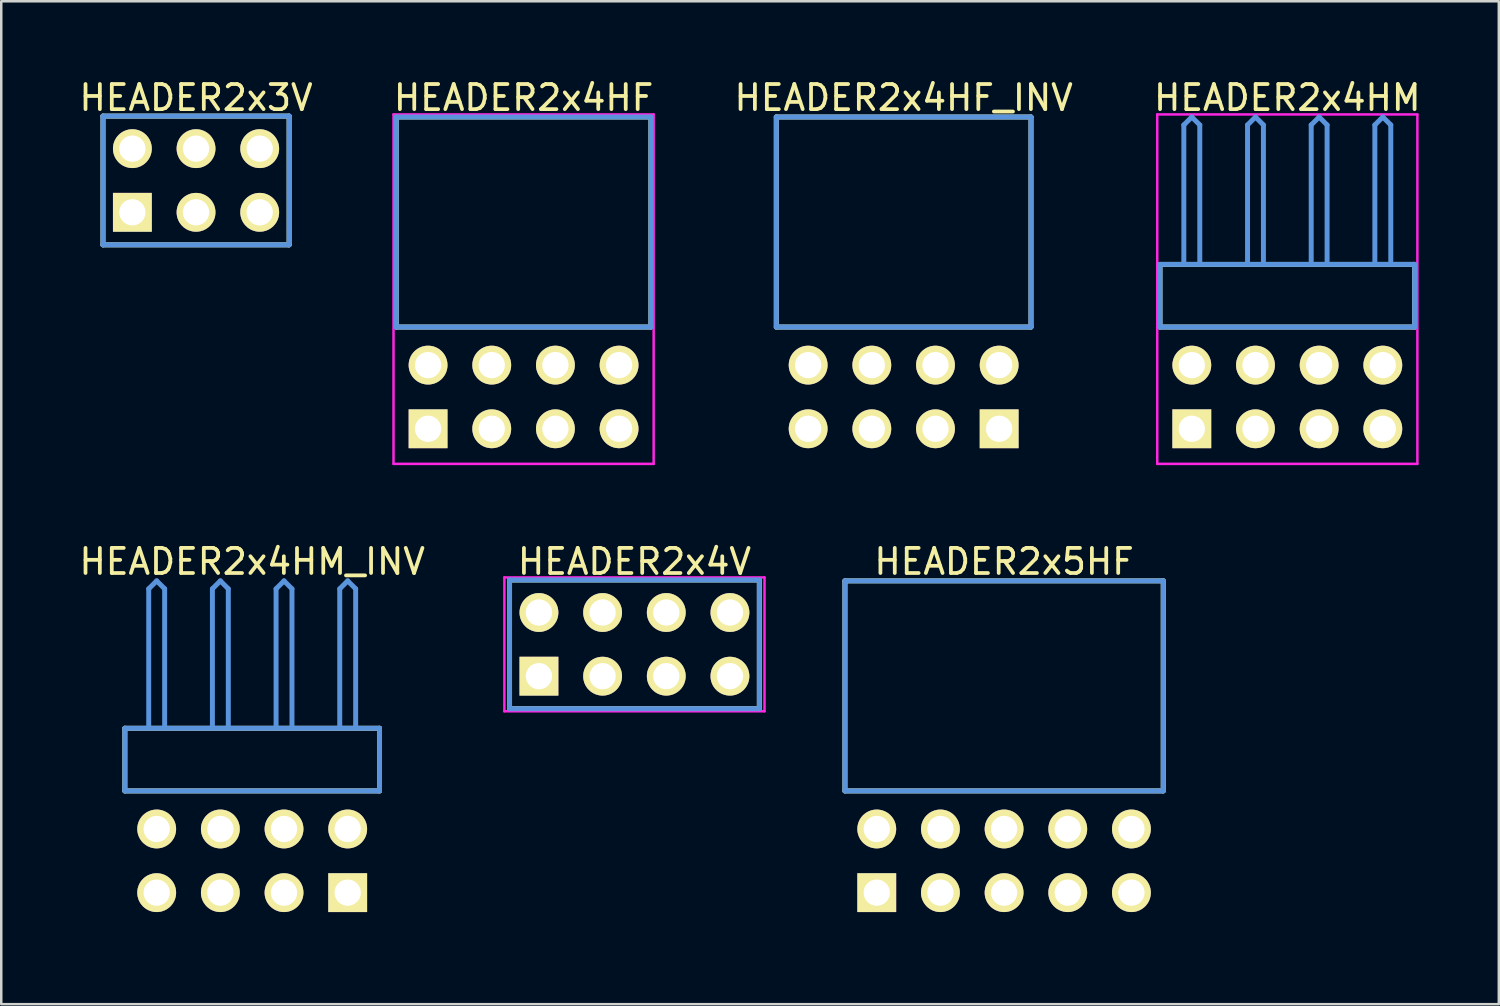
<source format=kicad_pcb>
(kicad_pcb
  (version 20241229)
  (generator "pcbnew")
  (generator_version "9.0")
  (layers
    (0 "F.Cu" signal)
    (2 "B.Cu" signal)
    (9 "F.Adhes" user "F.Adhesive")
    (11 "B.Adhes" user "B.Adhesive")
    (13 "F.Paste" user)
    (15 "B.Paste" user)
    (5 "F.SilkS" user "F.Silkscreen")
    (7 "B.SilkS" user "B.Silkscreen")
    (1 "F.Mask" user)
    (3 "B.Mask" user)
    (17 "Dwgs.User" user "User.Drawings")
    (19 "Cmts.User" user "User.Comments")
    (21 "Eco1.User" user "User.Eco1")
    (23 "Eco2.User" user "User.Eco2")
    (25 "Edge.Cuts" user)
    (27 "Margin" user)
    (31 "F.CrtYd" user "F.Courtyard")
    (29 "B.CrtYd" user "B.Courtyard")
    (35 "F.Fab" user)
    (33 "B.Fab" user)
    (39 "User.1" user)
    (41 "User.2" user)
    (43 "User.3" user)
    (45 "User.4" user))
  (footprint "HEADER2x4HM_INV"
    (layer "F.Cu")
    (at 3.201 32.562)
    (property "Reference" "HEADER2x4HM_INV" (at 3.81 -13.208 0) (layer "F.SilkS") (effects (font (size 1.001 1.001) (thickness 0.15))))
    (attr through_hole)
    (fp_line (start -1.27 -6.558) (end -1.27 -4.059) (stroke (width 0.198) (type solid)) (layer "F.SilkS"))
    (fp_line (start -1.27 -4.059) (end 8.89 -4.059) (stroke (width 0.198) (type solid)) (layer "F.SilkS"))
    (fp_line (start 8.89 -6.558) (end -1.27 -6.558) (stroke (width 0.198) (type solid)) (layer "F.SilkS"))
    (fp_line (start 8.89 -4.059) (end 8.89 -6.558) (stroke (width 0.198) (type solid)) (layer "F.SilkS"))
    (fp_line (start -1.27 -6.558) (end -1.27 -4.059) (stroke (width 0.198) (type solid)) (layer "Cmts.User"))
    (fp_line (start -1.27 -4.059) (end 8.89 -4.059) (stroke (width 0.198) (type solid)) (layer "Cmts.User"))
    (fp_line (start -0.318 -12.121) (end 0 -12.438) (stroke (width 0.198) (type solid)) (layer "Cmts.User"))
    (fp_line (start -0.318 -6.599) (end -0.318 -12.121) (stroke (width 0.198) (type solid)) (layer "Cmts.User"))
    (fp_line (start 0.318 -12.121) (end 0 -12.438) (stroke (width 0.198) (type solid)) (layer "Cmts.User"))
    (fp_line (start 0.318 -6.599) (end 0.318 -12.121) (stroke (width 0.198) (type solid)) (layer "Cmts.User"))
    (fp_line (start 2.223 -12.121) (end 2.54 -12.438) (stroke (width 0.198) (type solid)) (layer "Cmts.User"))
    (fp_line (start 2.223 -6.599) (end 2.223 -12.121) (stroke (width 0.198) (type solid)) (layer "Cmts.User"))
    (fp_line (start 2.857 -12.121) (end 2.54 -12.438) (stroke (width 0.198) (type solid)) (layer "Cmts.User"))
    (fp_line (start 2.857 -6.599) (end 2.857 -12.121) (stroke (width 0.198) (type solid)) (layer "Cmts.User"))
    (fp_line (start 4.763 -12.121) (end 5.08 -12.438) (stroke (width 0.198) (type solid)) (layer "Cmts.User"))
    (fp_line (start 4.763 -6.599) (end 4.763 -12.121) (stroke (width 0.198) (type solid)) (layer "Cmts.User"))
    (fp_line (start 5.397 -12.121) (end 5.08 -12.438) (stroke (width 0.198) (type solid)) (layer "Cmts.User"))
    (fp_line (start 5.397 -6.599) (end 5.397 -12.121) (stroke (width 0.198) (type solid)) (layer "Cmts.User"))
    (fp_line (start 7.303 -12.121) (end 7.62 -12.438) (stroke (width 0.198) (type solid)) (layer "Cmts.User"))
    (fp_line (start 7.303 -6.599) (end 7.303 -12.121) (stroke (width 0.198) (type solid)) (layer "Cmts.User"))
    (fp_line (start 7.938 -12.121) (end 7.62 -12.438) (stroke (width 0.198) (type solid)) (layer "Cmts.User"))
    (fp_line (start 7.938 -6.599) (end 7.938 -12.121) (stroke (width 0.198) (type solid)) (layer "Cmts.User"))
    (fp_line (start 8.89 -6.558) (end -1.27 -6.558) (stroke (width 0.198) (type solid)) (layer "Cmts.User"))
    (fp_line (start 8.89 -4.059) (end 8.89 -6.558) (stroke (width 0.198) (type solid)) (layer "Cmts.User"))
    (fp_line (start -1.379 -12.54) (end 8.999 -12.54) (stroke (width 0.099) (type solid)) (layer "Eco1.User"))
    (fp_line (start -1.379 1.4) (end -1.379 -12.54) (stroke (width 0.099) (type solid)) (layer "Eco1.User"))
    (fp_line (start 8.999 -12.54) (end 8.999 1.4) (stroke (width 0.099) (type solid)) (layer "Eco1.User"))
    (fp_line (start 8.999 1.4) (end -1.379 1.4) (stroke (width 0.099) (type solid)) (layer "Eco1.User"))
    (pad "1" thru_hole rect (at 7.62 0) (size 1.549 1.549) (drill 1.049) (layers "*.Cu" "*.Mask" "F.SilkS"))
    (pad "2" thru_hole circle (at 7.62 -2.54) (size 1.549 1.549) (drill 1.049) (layers "*.Cu" "*.Mask" "F.SilkS"))
    (pad "3" thru_hole circle (at 5.08 0) (size 1.549 1.549) (drill 1.049) (layers "*.Cu" "*.Mask" "F.SilkS"))
    (pad "4" thru_hole circle (at 5.08 -2.54) (size 1.549 1.549) (drill 1.049) (layers "*.Cu" "*.Mask" "F.SilkS"))
    (pad "5" thru_hole circle (at 2.54 0) (size 1.549 1.549) (drill 1.049) (layers "*.Cu" "*.Mask" "F.SilkS"))
    (pad "6" thru_hole circle (at 2.54 -2.54) (size 1.549 1.549) (drill 1.049) (layers "*.Cu" "*.Mask" "F.SilkS"))
    (pad "7" thru_hole circle (at 0 0) (size 1.549 1.549) (drill 1.049) (layers "*.Cu" "*.Mask" "F.SilkS"))
    (pad "8" thru_hole circle (at 0 -2.54) (size 1.549 1.549) (drill 1.049) (layers "*.Cu" "*.Mask" "F.SilkS")))
  (footprint "HEADER2x5HF"
    (layer "F.Cu")
    (at 31.928 32.562)
    (property "Reference" "HEADER2x5HF" (at 5.08 -13.208 0) (layer "F.SilkS") (effects (font (size 1.001 1.001) (thickness 0.15))))
    (attr through_hole)
    (fp_line (start -1.27 -12.438) (end -1.27 -4.059) (stroke (width 0.198) (type solid)) (layer "F.SilkS"))
    (fp_line (start -1.27 -4.059) (end 11.43 -4.059) (stroke (width 0.198) (type solid)) (layer "F.SilkS"))
    (fp_line (start 11.43 -12.438) (end -1.27 -12.438) (stroke (width 0.198) (type solid)) (layer "F.SilkS"))
    (fp_line (start 11.43 -4.059) (end 11.43 -12.438) (stroke (width 0.198) (type solid)) (layer "F.SilkS"))
    (fp_line (start -1.27 -12.438) (end -1.27 -4.059) (stroke (width 0.198) (type solid)) (layer "Cmts.User"))
    (fp_line (start -1.27 -4.059) (end 11.43 -4.059) (stroke (width 0.198) (type solid)) (layer "Cmts.User"))
    (fp_line (start 11.43 -12.438) (end -1.27 -12.438) (stroke (width 0.198) (type solid)) (layer "Cmts.User"))
    (fp_line (start 11.43 -4.059) (end 11.43 -12.438) (stroke (width 0.198) (type solid)) (layer "Cmts.User"))
    (fp_line (start -1.379 -12.54) (end 11.539 -12.54) (stroke (width 0.099) (type solid)) (layer "Eco1.User"))
    (fp_line (start -1.379 1.4) (end -1.379 -12.54) (stroke (width 0.099) (type solid)) (layer "Eco1.User"))
    (fp_line (start 11.539 -12.54) (end 11.539 1.4) (stroke (width 0.099) (type solid)) (layer "Eco1.User"))
    (fp_line (start 11.539 1.4) (end -1.379 1.4) (stroke (width 0.099) (type solid)) (layer "Eco1.User"))
    (pad "1" thru_hole rect (at 0 0) (size 1.549 1.549) (drill 1.049) (layers "*.Cu" "*.Mask" "F.SilkS"))
    (pad "2" thru_hole circle (at 0 -2.54) (size 1.549 1.549) (drill 1.049) (layers "*.Cu" "*.Mask" "F.SilkS"))
    (pad "3" thru_hole circle (at 2.54 0) (size 1.549 1.549) (drill 1.049) (layers "*.Cu" "*.Mask" "F.SilkS"))
    (pad "4" thru_hole circle (at 2.54 -2.54) (size 1.549 1.549) (drill 1.049) (layers "*.Cu" "*.Mask" "F.SilkS"))
    (pad "5" thru_hole circle (at 5.08 0) (size 1.549 1.549) (drill 1.049) (layers "*.Cu" "*.Mask" "F.SilkS"))
    (pad "6" thru_hole circle (at 5.08 -2.54) (size 1.549 1.549) (drill 1.049) (layers "*.Cu" "*.Mask" "F.SilkS"))
    (pad "7" thru_hole circle (at 7.62 0) (size 1.549 1.549) (drill 1.049) (layers "*.Cu" "*.Mask" "F.SilkS"))
    (pad "8" thru_hole circle (at 7.62 -2.54) (size 1.549 1.549) (drill 1.049) (layers "*.Cu" "*.Mask" "F.SilkS"))
    (pad "9" thru_hole circle (at 10.16 0) (size 1.549 1.549) (drill 1.049) (layers "*.Cu" "*.Mask" "F.SilkS"))
    (pad "10" thru_hole circle (at 10.16 -2.54) (size 1.549 1.549) (drill 1.049) (layers "*.Cu" "*.Mask" "F.SilkS")))
  (footprint "HEADER2x4V"
    (layer "F.Cu")
    (at 18.451 23.926)
    (property "Reference" "HEADER2x4V" (at 3.81 -4.572 0) (layer "F.SilkS") (effects (font (size 1.001 1.001) (thickness 0.15))))
    (attr through_hole)
    (fp_line (start -1.173 -3.838) (end -1.173 1.298) (stroke (width 0.198) (type solid)) (layer "F.SilkS"))
    (fp_line (start -1.173 1.298) (end 8.793 1.298) (stroke (width 0.198) (type solid)) (layer "F.SilkS"))
    (fp_line (start 8.793 -3.838) (end -1.173 -3.838) (stroke (width 0.198) (type solid)) (layer "F.SilkS"))
    (fp_line (start 8.793 1.298) (end 8.793 -3.838) (stroke (width 0.198) (type solid)) (layer "F.SilkS"))
    (fp_line (start -1.173 -3.838) (end -1.173 1.298) (stroke (width 0.198) (type solid)) (layer "Cmts.User"))
    (fp_line (start -1.173 1.298) (end 8.793 1.298) (stroke (width 0.198) (type solid)) (layer "Cmts.User"))
    (fp_line (start 8.793 -3.838) (end -1.173 -3.838) (stroke (width 0.198) (type solid)) (layer "Cmts.User"))
    (fp_line (start 8.793 1.298) (end 8.793 -3.838) (stroke (width 0.198) (type solid)) (layer "Cmts.User"))
    (fp_line (start -1.379 -3.94) (end -1.379 1.4) (stroke (width 0.099) (type solid)) (layer "F.CrtYd"))
    (fp_line (start -1.379 1.4) (end 8.999 1.4) (stroke (width 0.099) (type solid)) (layer "F.CrtYd"))
    (fp_line (start 8.999 -3.94) (end -1.379 -3.94) (stroke (width 0.099) (type solid)) (layer "F.CrtYd"))
    (fp_line (start 8.999 1.4) (end 8.999 -3.94) (stroke (width 0.099) (type solid)) (layer "F.CrtYd"))
    (pad "1" thru_hole rect (at 0 0) (size 1.549 1.549) (drill 1.049) (layers "*.Cu" "*.Mask" "F.SilkS"))
    (pad "2" thru_hole circle (at 0 -2.54) (size 1.549 1.549) (drill 1.049) (layers "*.Cu" "*.Mask" "F.SilkS"))
    (pad "3" thru_hole circle (at 2.54 0) (size 1.549 1.549) (drill 1.049) (layers "*.Cu" "*.Mask" "F.SilkS"))
    (pad "4" thru_hole circle (at 2.54 -2.54) (size 1.549 1.549) (drill 1.049) (layers "*.Cu" "*.Mask" "F.SilkS"))
    (pad "5" thru_hole circle (at 5.08 0) (size 1.549 1.549) (drill 1.049) (layers "*.Cu" "*.Mask" "F.SilkS"))
    (pad "6" thru_hole circle (at 5.08 -2.54) (size 1.549 1.549) (drill 1.049) (layers "*.Cu" "*.Mask" "F.SilkS"))
    (pad "7" thru_hole circle (at 7.62 0) (size 1.549 1.549) (drill 1.049) (layers "*.Cu" "*.Mask" "F.SilkS"))
    (pad "8" thru_hole circle (at 7.62 -2.54) (size 1.549 1.549) (drill 1.049) (layers "*.Cu" "*.Mask" "F.SilkS")))
  (footprint "HEADER2x4HF_INV"
    (layer "F.Cu")
    (at 29.191 14.056)
    (property "Reference" "HEADER2x4HF_INV" (at 3.81 -13.208 0) (layer "F.SilkS") (effects (font (size 1.001 1.001) (thickness 0.15))))
    (attr through_hole)
    (fp_line (start -1.27 -12.438) (end -1.27 -4.059) (stroke (width 0.198) (type solid)) (layer "F.SilkS"))
    (fp_line (start -1.27 -4.059) (end 8.89 -4.059) (stroke (width 0.198) (type solid)) (layer "F.SilkS"))
    (fp_line (start 8.89 -12.438) (end -1.27 -12.438) (stroke (width 0.198) (type solid)) (layer "F.SilkS"))
    (fp_line (start 8.89 -4.059) (end 8.89 -12.438) (stroke (width 0.198) (type solid)) (layer "F.SilkS"))
    (fp_line (start -1.27 -12.438) (end -1.27 -4.059) (stroke (width 0.198) (type solid)) (layer "Cmts.User"))
    (fp_line (start -1.27 -4.059) (end 8.89 -4.059) (stroke (width 0.198) (type solid)) (layer "Cmts.User"))
    (fp_line (start 8.89 -12.438) (end -1.27 -12.438) (stroke (width 0.198) (type solid)) (layer "Cmts.User"))
    (fp_line (start 8.89 -4.059) (end 8.89 -12.438) (stroke (width 0.198) (type solid)) (layer "Cmts.User"))
    (fp_line (start -1.379 -12.54) (end 8.999 -12.54) (stroke (width 0.099) (type solid)) (layer "Eco1.User"))
    (fp_line (start -1.379 1.4) (end -1.379 -12.54) (stroke (width 0.099) (type solid)) (layer "Eco1.User"))
    (fp_line (start 8.999 -12.54) (end 8.999 1.4) (stroke (width 0.099) (type solid)) (layer "Eco1.User"))
    (fp_line (start 8.999 1.4) (end -1.379 1.4) (stroke (width 0.099) (type solid)) (layer "Eco1.User"))
    (pad "1" thru_hole rect (at 7.62 0) (size 1.549 1.549) (drill 1.049) (layers "*.Cu" "*.Mask" "F.SilkS"))
    (pad "2" thru_hole circle (at 7.62 -2.54) (size 1.549 1.549) (drill 1.049) (layers "*.Cu" "*.Mask" "F.SilkS"))
    (pad "3" thru_hole circle (at 5.08 0) (size 1.549 1.549) (drill 1.049) (layers "*.Cu" "*.Mask" "F.SilkS"))
    (pad "4" thru_hole circle (at 5.08 -2.54) (size 1.549 1.549) (drill 1.049) (layers "*.Cu" "*.Mask" "F.SilkS"))
    (pad "5" thru_hole circle (at 2.54 0) (size 1.549 1.549) (drill 1.049) (layers "*.Cu" "*.Mask" "F.SilkS"))
    (pad "6" thru_hole circle (at 2.54 -2.54) (size 1.549 1.549) (drill 1.049) (layers "*.Cu" "*.Mask" "F.SilkS"))
    (pad "7" thru_hole circle (at 0 0) (size 1.549 1.549) (drill 1.049) (layers "*.Cu" "*.Mask" "F.SilkS"))
    (pad "8" thru_hole circle (at 0 -2.54) (size 1.549 1.549) (drill 1.049) (layers "*.Cu" "*.Mask" "F.SilkS")))
  (footprint "HEADER2x4HM"
    (layer "F.Cu")
    (at 44.497 14.056)
    (property "Reference" "HEADER2x4HM" (at 3.81 -13.208 0) (layer "F.SilkS") (effects (font (size 1.001 1.001) (thickness 0.15))))
    (attr through_hole)
    (fp_line (start -1.27 -6.558) (end -1.27 -4.059) (stroke (width 0.198) (type solid)) (layer "F.SilkS"))
    (fp_line (start -1.27 -4.059) (end 8.89 -4.059) (stroke (width 0.198) (type solid)) (layer "F.SilkS"))
    (fp_line (start 8.89 -6.558) (end -1.27 -6.558) (stroke (width 0.198) (type solid)) (layer "F.SilkS"))
    (fp_line (start 8.89 -4.059) (end 8.89 -6.558) (stroke (width 0.198) (type solid)) (layer "F.SilkS"))
    (fp_line (start -1.27 -6.558) (end -1.27 -4.059) (stroke (width 0.198) (type solid)) (layer "Cmts.User"))
    (fp_line (start -1.27 -4.059) (end 8.89 -4.059) (stroke (width 0.198) (type solid)) (layer "Cmts.User"))
    (fp_line (start -0.318 -12.121) (end 0 -12.438) (stroke (width 0.198) (type solid)) (layer "Cmts.User"))
    (fp_line (start -0.318 -6.599) (end -0.318 -12.121) (stroke (width 0.198) (type solid)) (layer "Cmts.User"))
    (fp_line (start 0.318 -12.121) (end 0 -12.438) (stroke (width 0.198) (type solid)) (layer "Cmts.User"))
    (fp_line (start 0.318 -6.599) (end 0.318 -12.121) (stroke (width 0.198) (type solid)) (layer "Cmts.User"))
    (fp_line (start 2.223 -12.121) (end 2.54 -12.438) (stroke (width 0.198) (type solid)) (layer "Cmts.User"))
    (fp_line (start 2.223 -6.599) (end 2.223 -12.121) (stroke (width 0.198) (type solid)) (layer "Cmts.User"))
    (fp_line (start 2.857 -12.121) (end 2.54 -12.438) (stroke (width 0.198) (type solid)) (layer "Cmts.User"))
    (fp_line (start 2.857 -6.599) (end 2.857 -12.121) (stroke (width 0.198) (type solid)) (layer "Cmts.User"))
    (fp_line (start 4.763 -12.121) (end 5.08 -12.438) (stroke (width 0.198) (type solid)) (layer "Cmts.User"))
    (fp_line (start 4.763 -6.599) (end 4.763 -12.121) (stroke (width 0.198) (type solid)) (layer "Cmts.User"))
    (fp_line (start 5.397 -12.121) (end 5.08 -12.438) (stroke (width 0.198) (type solid)) (layer "Cmts.User"))
    (fp_line (start 5.397 -6.599) (end 5.397 -12.121) (stroke (width 0.198) (type solid)) (layer "Cmts.User"))
    (fp_line (start 7.303 -12.121) (end 7.62 -12.438) (stroke (width 0.198) (type solid)) (layer "Cmts.User"))
    (fp_line (start 7.303 -6.599) (end 7.303 -12.121) (stroke (width 0.198) (type solid)) (layer "Cmts.User"))
    (fp_line (start 7.938 -12.121) (end 7.62 -12.438) (stroke (width 0.198) (type solid)) (layer "Cmts.User"))
    (fp_line (start 7.938 -6.599) (end 7.938 -12.121) (stroke (width 0.198) (type solid)) (layer "Cmts.User"))
    (fp_line (start 8.89 -6.558) (end -1.27 -6.558) (stroke (width 0.198) (type solid)) (layer "Cmts.User"))
    (fp_line (start 8.89 -4.059) (end 8.89 -6.558) (stroke (width 0.198) (type solid)) (layer "Cmts.User"))
    (fp_line (start -1.379 -12.54) (end 8.999 -12.54) (stroke (width 0.099) (type solid)) (layer "F.CrtYd"))
    (fp_line (start -1.379 1.4) (end -1.379 -12.54) (stroke (width 0.099) (type solid)) (layer "F.CrtYd"))
    (fp_line (start 8.999 -12.54) (end 8.999 1.4) (stroke (width 0.099) (type solid)) (layer "F.CrtYd"))
    (fp_line (start 8.999 1.4) (end -1.379 1.4) (stroke (width 0.099) (type solid)) (layer "F.CrtYd"))
    (pad "1" thru_hole rect (at 0 0) (size 1.549 1.549) (drill 1.049) (layers "*.Cu" "*.Mask" "F.SilkS"))
    (pad "2" thru_hole circle (at 0 -2.54) (size 1.549 1.549) (drill 1.049) (layers "*.Cu" "*.Mask" "F.SilkS"))
    (pad "3" thru_hole circle (at 2.54 0) (size 1.549 1.549) (drill 1.049) (layers "*.Cu" "*.Mask" "F.SilkS"))
    (pad "4" thru_hole circle (at 2.54 -2.54) (size 1.549 1.549) (drill 1.049) (layers "*.Cu" "*.Mask" "F.SilkS"))
    (pad "5" thru_hole circle (at 5.08 0) (size 1.549 1.549) (drill 1.049) (layers "*.Cu" "*.Mask" "F.SilkS"))
    (pad "6" thru_hole circle (at 5.08 -2.54) (size 1.549 1.549) (drill 1.049) (layers "*.Cu" "*.Mask" "F.SilkS"))
    (pad "7" thru_hole circle (at 7.62 0) (size 1.549 1.549) (drill 1.049) (layers "*.Cu" "*.Mask" "F.SilkS"))
    (pad "8" thru_hole circle (at 7.62 -2.54) (size 1.549 1.549) (drill 1.049) (layers "*.Cu" "*.Mask" "F.SilkS")))
  (footprint "HEADER2x4HF"
    (layer "F.Cu")
    (at 14.028 14.056)
    (property "Reference" "HEADER2x4HF" (at 3.81 -13.208 0) (layer "F.SilkS") (effects (font (size 1.001 1.001) (thickness 0.15))))
    (attr through_hole)
    (fp_line (start -1.27 -12.438) (end -1.27 -4.059) (stroke (width 0.198) (type solid)) (layer "F.SilkS"))
    (fp_line (start -1.27 -4.059) (end 8.89 -4.059) (stroke (width 0.198) (type solid)) (layer "F.SilkS"))
    (fp_line (start 8.89 -12.438) (end -1.27 -12.438) (stroke (width 0.198) (type solid)) (layer "F.SilkS"))
    (fp_line (start 8.89 -4.059) (end 8.89 -12.438) (stroke (width 0.198) (type solid)) (layer "F.SilkS"))
    (fp_line (start -1.27 -12.438) (end -1.27 -4.059) (stroke (width 0.198) (type solid)) (layer "Cmts.User"))
    (fp_line (start -1.27 -4.059) (end 8.89 -4.059) (stroke (width 0.198) (type solid)) (layer "Cmts.User"))
    (fp_line (start 8.89 -12.438) (end -1.27 -12.438) (stroke (width 0.198) (type solid)) (layer "Cmts.User"))
    (fp_line (start 8.89 -4.059) (end 8.89 -12.438) (stroke (width 0.198) (type solid)) (layer "Cmts.User"))
    (fp_line (start -1.379 -12.54) (end 8.999 -12.54) (stroke (width 0.099) (type solid)) (layer "F.CrtYd"))
    (fp_line (start -1.379 1.4) (end -1.379 -12.54) (stroke (width 0.099) (type solid)) (layer "F.CrtYd"))
    (fp_line (start 8.999 -12.54) (end 8.999 1.4) (stroke (width 0.099) (type solid)) (layer "F.CrtYd"))
    (fp_line (start 8.999 1.4) (end -1.379 1.4) (stroke (width 0.099) (type solid)) (layer "F.CrtYd"))
    (pad "1" thru_hole rect (at 0 0) (size 1.549 1.549) (drill 1.049) (layers "*.Cu" "*.Mask" "F.SilkS"))
    (pad "2" thru_hole circle (at 0 -2.54) (size 1.549 1.549) (drill 1.049) (layers "*.Cu" "*.Mask" "F.SilkS"))
    (pad "3" thru_hole circle (at 2.54 0) (size 1.549 1.549) (drill 1.049) (layers "*.Cu" "*.Mask" "F.SilkS"))
    (pad "4" thru_hole circle (at 2.54 -2.54) (size 1.549 1.549) (drill 1.049) (layers "*.Cu" "*.Mask" "F.SilkS"))
    (pad "5" thru_hole circle (at 5.08 0) (size 1.549 1.549) (drill 1.049) (layers "*.Cu" "*.Mask" "F.SilkS"))
    (pad "6" thru_hole circle (at 5.08 -2.54) (size 1.549 1.549) (drill 1.049) (layers "*.Cu" "*.Mask" "F.SilkS"))
    (pad "7" thru_hole circle (at 7.62 0) (size 1.549 1.549) (drill 1.049) (layers "*.Cu" "*.Mask" "F.SilkS"))
    (pad "8" thru_hole circle (at 7.62 -2.54) (size 1.549 1.549) (drill 1.049) (layers "*.Cu" "*.Mask" "F.SilkS")))
  (footprint "HEADER2x3V"
    (layer "F.Cu")
    (at 2.231 5.42)
    (property "Reference" "HEADER2x3V" (at 2.54 -4.572 0) (layer "F.SilkS") (effects (font (size 1.001 1.001) (thickness 0.15))))
    (attr through_hole)
    (fp_line (start -1.173 -3.838) (end -1.173 1.298) (stroke (width 0.198) (type solid)) (layer "F.SilkS"))
    (fp_line (start -1.173 1.298) (end 6.253 1.298) (stroke (width 0.198) (type solid)) (layer "F.SilkS"))
    (fp_line (start 6.253 -3.838) (end -1.173 -3.838) (stroke (width 0.198) (type solid)) (layer "F.SilkS"))
    (fp_line (start 6.253 1.298) (end 6.253 -3.838) (stroke (width 0.198) (type solid)) (layer "F.SilkS"))
    (fp_line (start -1.173 -3.838) (end -1.173 1.298) (stroke (width 0.198) (type solid)) (layer "Cmts.User"))
    (fp_line (start -1.173 1.298) (end 6.253 1.298) (stroke (width 0.198) (type solid)) (layer "Cmts.User"))
    (fp_line (start 6.253 -3.838) (end -1.173 -3.838) (stroke (width 0.198) (type solid)) (layer "Cmts.User"))
    (fp_line (start 6.253 1.298) (end 6.253 -3.838) (stroke (width 0.198) (type solid)) (layer "Cmts.User"))
    (fp_line (start -1.379 -3.94) (end -1.379 1.4) (stroke (width 0.099) (type solid)) (layer "Eco1.User"))
    (fp_line (start -1.379 1.4) (end 6.459 1.4) (stroke (width 0.099) (type solid)) (layer "Eco1.User"))
    (fp_line (start 6.459 -3.94) (end -1.379 -3.94) (stroke (width 0.099) (type solid)) (layer "Eco1.User"))
    (fp_line (start 6.459 1.4) (end 6.459 -3.94) (stroke (width 0.099) (type solid)) (layer "Eco1.User"))
    (pad "1" thru_hole rect (at 0 0) (size 1.549 1.549) (drill 1.049) (layers "*.Cu" "*.Mask" "F.SilkS"))
    (pad "2" thru_hole circle (at 0 -2.54) (size 1.549 1.549) (drill 1.049) (layers "*.Cu" "*.Mask" "F.SilkS"))
    (pad "3" thru_hole circle (at 2.54 0) (size 1.549 1.549) (drill 1.049) (layers "*.Cu" "*.Mask" "F.SilkS"))
    (pad "4" thru_hole circle (at 2.54 -2.54) (size 1.549 1.549) (drill 1.049) (layers "*.Cu" "*.Mask" "F.SilkS"))
    (pad "5" thru_hole circle (at 5.08 0) (size 1.549 1.549) (drill 1.049) (layers "*.Cu" "*.Mask" "F.SilkS"))
    (pad "6" thru_hole circle (at 5.08 -2.54) (size 1.549 1.549) (drill 1.049) (layers "*.Cu" "*.Mask" "F.SilkS")))
  (gr_rect
    (start -3 -3)
    (end 56.745 37.011)
    (stroke (width 0.1) (type default))
    (fill no)
    (layer "Edge.Cuts")))
</source>
